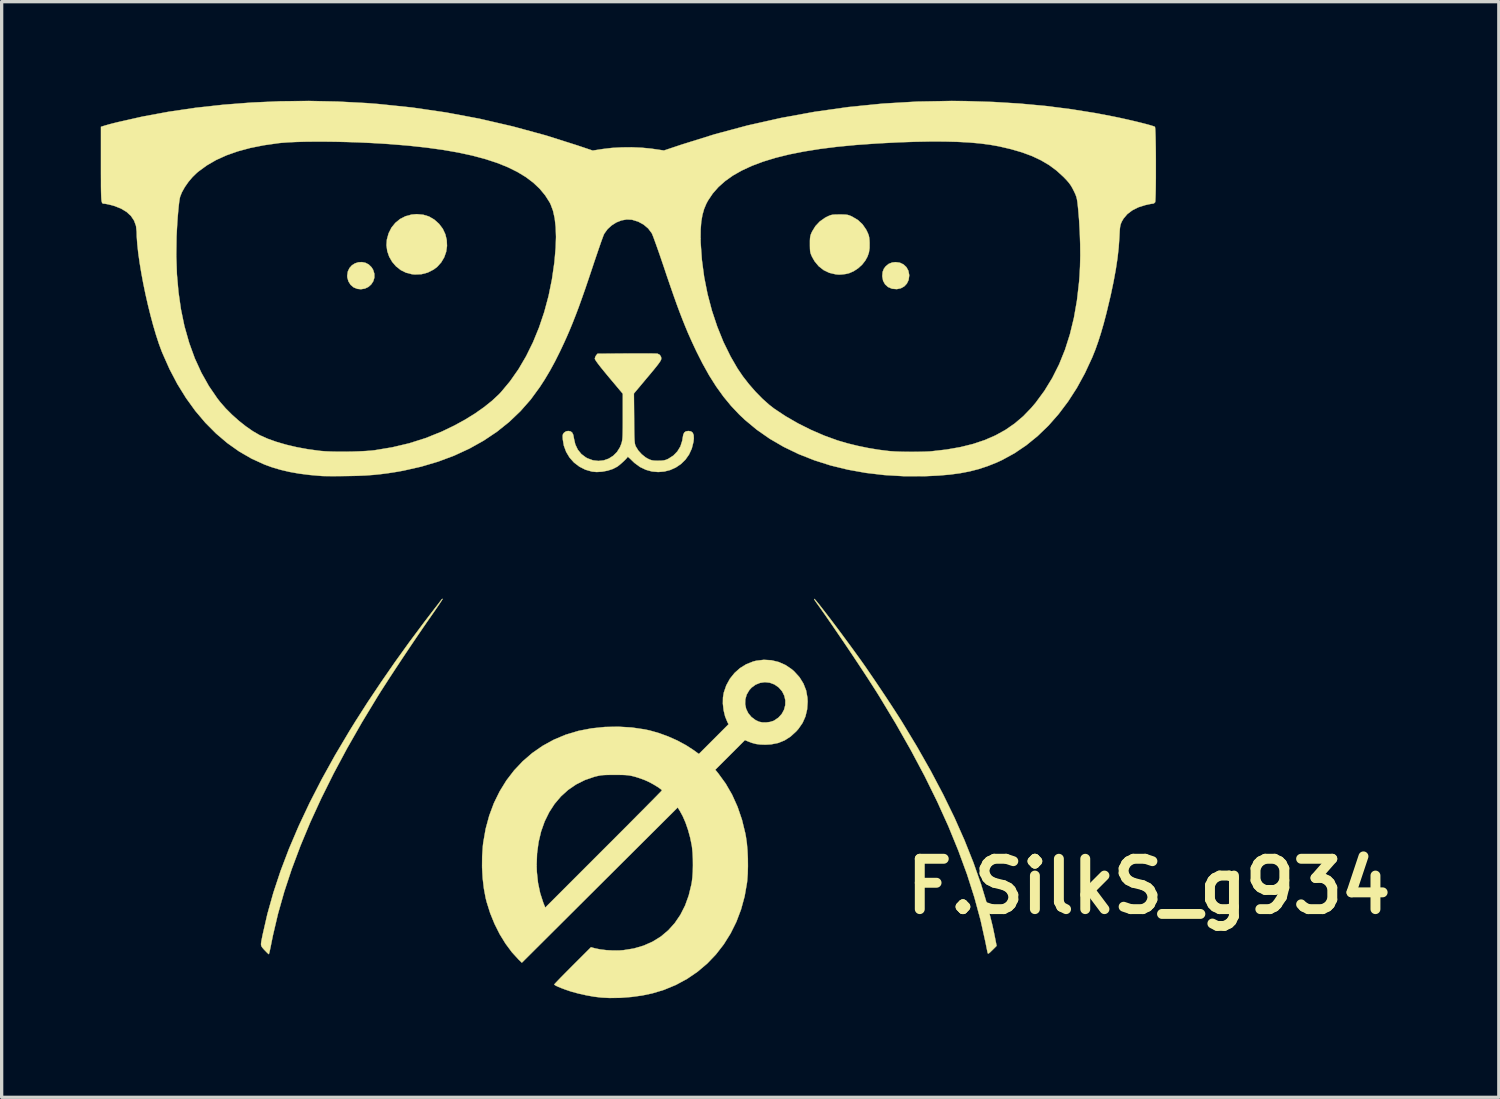
<source format=kicad_pcb>
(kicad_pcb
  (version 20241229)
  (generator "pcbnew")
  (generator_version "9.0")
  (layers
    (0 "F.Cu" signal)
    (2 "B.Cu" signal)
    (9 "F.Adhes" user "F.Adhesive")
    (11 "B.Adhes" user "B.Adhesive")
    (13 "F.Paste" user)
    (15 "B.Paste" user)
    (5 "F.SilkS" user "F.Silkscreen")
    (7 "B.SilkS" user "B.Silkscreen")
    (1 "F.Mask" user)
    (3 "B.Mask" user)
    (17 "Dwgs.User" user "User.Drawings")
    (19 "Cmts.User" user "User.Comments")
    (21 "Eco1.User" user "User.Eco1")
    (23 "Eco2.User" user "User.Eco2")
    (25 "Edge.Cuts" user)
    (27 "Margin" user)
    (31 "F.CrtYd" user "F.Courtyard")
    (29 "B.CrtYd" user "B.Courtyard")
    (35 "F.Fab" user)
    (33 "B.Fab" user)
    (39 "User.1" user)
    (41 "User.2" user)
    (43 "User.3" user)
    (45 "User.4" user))
  (footprint "F.SilkS_g934"
    (layer "F.Cu")
    (at 31.713 23.771)
    (property "Reference" "F.SilkS_g934" (at 0 0 0) (layer "F.SilkS") (effects (font (size 1.524 1.524) (thickness 0.3))))
    (attr through_hole)
    (fp_poly (pts (xy -23.705 -18.869) (xy -23.606 -18.818) (xy -23.521 -18.735) (xy -23.473 -18.658) (xy -23.435 -18.537) (xy -23.435 -18.419) (xy -23.468 -18.31) (xy -23.53 -18.215) (xy -23.615 -18.139) (xy -23.72 -18.089) (xy -23.841 -18.069) (xy -23.949 -18.08) (xy -24.062 -18.125) (xy -24.154 -18.203) (xy -24.219 -18.306) (xy -24.253 -18.426) (xy -24.256 -18.479) (xy -24.238 -18.604) (xy -24.189 -18.709) (xy -24.116 -18.791) (xy -24.024 -18.85) (xy -23.921 -18.884) (xy -23.812 -18.89) (xy -23.705 -18.869)) (stroke (width 0.01) (type solid)) (fill yes) (layer "F.SilkS"))
    (fp_poly (pts (xy -7.533 -18.872) (xy -7.423 -18.819) (xy -7.335 -18.737) (xy -7.276 -18.629) (xy -7.251 -18.501) (xy -7.251 -18.478) (xy -7.269 -18.349) (xy -7.321 -18.24) (xy -7.402 -18.154) (xy -7.505 -18.097) (xy -7.626 -18.072) (xy -7.758 -18.083) (xy -7.774 -18.086) (xy -7.892 -18.136) (xy -7.981 -18.217) (xy -8.04 -18.323) (xy -8.064 -18.452) (xy -8.065 -18.476) (xy -8.054 -18.594) (xy -8.018 -18.687) (xy -7.963 -18.761) (xy -7.87 -18.837) (xy -7.765 -18.878) (xy -7.662 -18.889) (xy -7.533 -18.872)) (stroke (width 0.01) (type solid)) (fill yes) (layer "F.SilkS"))
    (fp_poly (pts (xy -21.956 -20.323) (xy -21.78 -20.269) (xy -21.62 -20.175) (xy -21.477 -20.047) (xy -21.364 -19.897) (xy -21.287 -19.732) (xy -21.245 -19.557) (xy -21.237 -19.379) (xy -21.262 -19.203) (xy -21.321 -19.035) (xy -21.412 -18.881) (xy -21.534 -18.746) (xy -21.641 -18.665) (xy -21.819 -18.574) (xy -22.008 -18.524) (xy -22.208 -18.515) (xy -22.299 -18.524) (xy -22.476 -18.569) (xy -22.637 -18.649) (xy -22.778 -18.76) (xy -22.895 -18.896) (xy -22.985 -19.051) (xy -23.044 -19.221) (xy -23.068 -19.401) (xy -23.056 -19.572) (xy -23.003 -19.763) (xy -22.917 -19.933) (xy -22.8 -20.077) (xy -22.657 -20.194) (xy -22.492 -20.278) (xy -22.308 -20.328) (xy -22.151 -20.341) (xy -21.956 -20.323)) (stroke (width 0.01) (type solid)) (fill yes) (layer "F.SilkS"))
    (fp_poly (pts (xy -9.248 -20.33) (xy -9.17 -20.326) (xy -9.111 -20.318) (xy -9.059 -20.302) (xy -9.001 -20.278) (xy -8.975 -20.265) (xy -8.803 -20.163) (xy -8.664 -20.033) (xy -8.555 -19.876) (xy -8.536 -19.839) (xy -8.498 -19.758) (xy -8.474 -19.693) (xy -8.46 -19.626) (xy -8.452 -19.544) (xy -8.449 -19.472) (xy -8.45 -19.313) (xy -8.47 -19.18) (xy -8.512 -19.059) (xy -8.577 -18.939) (xy -8.674 -18.814) (xy -8.795 -18.704) (xy -8.93 -18.615) (xy -9.07 -18.554) (xy -9.168 -18.531) (xy -9.262 -18.519) (xy -9.328 -18.513) (xy -9.381 -18.512) (xy -9.435 -18.516) (xy -9.483 -18.522) (xy -9.67 -18.566) (xy -9.84 -18.648) (xy -9.988 -18.764) (xy -10.112 -18.913) (xy -10.189 -19.047) (xy -10.218 -19.111) (xy -10.237 -19.165) (xy -10.248 -19.22) (xy -10.253 -19.289) (xy -10.255 -19.383) (xy -10.255 -19.431) (xy -10.255 -19.539) (xy -10.251 -19.616) (xy -10.242 -19.675) (xy -10.227 -19.728) (xy -10.202 -19.787) (xy -10.187 -19.818) (xy -10.088 -19.979) (xy -9.956 -20.12) (xy -9.797 -20.232) (xy -9.747 -20.258) (xy -9.68 -20.29) (xy -9.627 -20.31) (xy -9.574 -20.323) (xy -9.509 -20.328) (xy -9.421 -20.33) (xy -9.356 -20.331) (xy -9.248 -20.33)) (stroke (width 0.01) (type solid)) (fill yes) (layer "F.SilkS"))
    (fp_poly (pts (xy -21.37 -8.698) (xy -21.379 -8.679) (xy -21.41 -8.63) (xy -21.459 -8.554) (xy -21.525 -8.457) (xy -21.603 -8.343) (xy -21.692 -8.215) (xy -21.731 -8.159) (xy -21.863 -7.97) (xy -22.009 -7.757) (xy -22.167 -7.526) (xy -22.331 -7.283) (xy -22.498 -7.034) (xy -22.664 -6.784) (xy -22.825 -6.54) (xy -22.977 -6.308) (xy -23.116 -6.093) (xy -23.239 -5.902) (xy -23.33 -5.757) (xy -23.814 -4.958) (xy -24.26 -4.177) (xy -24.669 -3.413) (xy -25.04 -2.667) (xy -25.375 -1.937) (xy -25.673 -1.223) (xy -25.935 -0.524) (xy -26.161 0.16) (xy -26.351 0.83) (xy -26.505 1.486) (xy -26.548 1.699) (xy -26.571 1.815) (xy -26.592 1.915) (xy -26.61 1.993) (xy -26.623 2.041) (xy -26.628 2.053) (xy -26.648 2.039) (xy -26.687 2.002) (xy -26.725 1.963) (xy -26.784 1.901) (xy -26.825 1.854) (xy -26.851 1.814) (xy -26.864 1.772) (xy -26.863 1.719) (xy -26.852 1.647) (xy -26.832 1.547) (xy -26.817 1.47) (xy -26.672 0.837) (xy -26.491 0.192) (xy -26.273 -0.466) (xy -26.018 -1.137) (xy -25.726 -1.822) (xy -25.397 -2.521) (xy -25.03 -3.236) (xy -24.625 -3.967) (xy -24.181 -4.714) (xy -24.01 -4.99) (xy -23.638 -5.572) (xy -23.237 -6.171) (xy -22.816 -6.78) (xy -22.378 -7.389) (xy -21.93 -7.99) (xy -21.687 -8.307) (xy -21.605 -8.414) (xy -21.53 -8.51) (xy -21.468 -8.591) (xy -21.423 -8.65) (xy -21.398 -8.683) (xy -21.395 -8.687) (xy -21.375 -8.701) (xy -21.37 -8.698)) (stroke (width 0.01) (type solid)) (fill yes) (layer "F.SilkS"))
    (fp_poly (pts (xy -10.103 -8.683) (xy -10.062 -8.635) (xy -10 -8.56) (xy -9.921 -8.46) (xy -9.827 -8.339) (xy -9.72 -8.2) (xy -9.603 -8.047) (xy -9.478 -7.881) (xy -9.348 -7.708) (xy -9.216 -7.529) (xy -9.083 -7.349) (xy -8.952 -7.17) (xy -8.826 -6.996) (xy -8.711 -6.837) (xy -8.586 -6.66) (xy -8.445 -6.454) (xy -8.291 -6.229) (xy -8.132 -5.993) (xy -7.972 -5.753) (xy -7.816 -5.517) (xy -7.671 -5.294) (xy -7.541 -5.092) (xy -7.467 -4.974) (xy -7.017 -4.23) (xy -6.602 -3.499) (xy -6.224 -2.783) (xy -5.882 -2.081) (xy -5.577 -1.394) (xy -5.309 -0.722) (xy -5.078 -0.068) (xy -4.885 0.57) (xy -4.73 1.191) (xy -4.676 1.445) (xy -4.606 1.801) (xy -4.735 1.93) (xy -4.798 1.991) (xy -4.838 2.025) (xy -4.861 2.035) (xy -4.873 2.025) (xy -4.875 2.019) (xy -4.883 1.984) (xy -4.897 1.917) (xy -4.916 1.826) (xy -4.937 1.72) (xy -4.942 1.693) (xy -5.091 1.023) (xy -5.277 0.337) (xy -5.501 -0.365) (xy -5.764 -1.082) (xy -6.064 -1.816) (xy -6.403 -2.565) (xy -6.78 -3.331) (xy -7.196 -4.113) (xy -7.65 -4.913) (xy -8.142 -5.729) (xy -8.219 -5.853) (xy -8.335 -6.035) (xy -8.469 -6.243) (xy -8.619 -6.473) (xy -8.781 -6.718) (xy -8.95 -6.973) (xy -9.124 -7.232) (xy -9.299 -7.49) (xy -9.47 -7.741) (xy -9.634 -7.98) (xy -9.787 -8.201) (xy -9.926 -8.399) (xy -10.047 -8.568) (xy -10.069 -8.599) (xy -10.105 -8.652) (xy -10.123 -8.688) (xy -10.122 -8.7) (xy -10.103 -8.683)) (stroke (width 0.01) (type solid)) (fill yes) (layer "F.SilkS"))
    (fp_poly (pts (xy -15.265 -16.126) (xy -15.124 -16.125) (xy -15.008 -16.124) (xy -14.924 -16.122) (xy -14.875 -16.12) (xy -14.866 -16.119) (xy -14.797 -16.083) (xy -14.759 -16.02) (xy -14.753 -15.972) (xy -14.756 -15.948) (xy -14.768 -15.918) (xy -14.791 -15.878) (xy -14.828 -15.825) (xy -14.881 -15.755) (xy -14.954 -15.664) (xy -15.049 -15.549) (xy -15.167 -15.408) (xy -15.581 -14.914) (xy -15.574 -14.162) (xy -15.573 -13.963) (xy -15.571 -13.801) (xy -15.569 -13.673) (xy -15.566 -13.573) (xy -15.562 -13.496) (xy -15.557 -13.439) (xy -15.551 -13.396) (xy -15.543 -13.362) (xy -15.533 -13.333) (xy -15.522 -13.309) (xy -15.449 -13.19) (xy -15.346 -13.076) (xy -15.228 -12.981) (xy -15.161 -12.942) (xy -15.095 -12.911) (xy -15.037 -12.893) (xy -14.972 -12.883) (xy -14.885 -12.88) (xy -14.848 -12.88) (xy -14.749 -12.882) (xy -14.677 -12.889) (xy -14.617 -12.905) (xy -14.554 -12.931) (xy -14.538 -12.939) (xy -14.387 -13.036) (xy -14.265 -13.162) (xy -14.174 -13.312) (xy -14.119 -13.483) (xy -14.106 -13.562) (xy -14.088 -13.665) (xy -14.058 -13.731) (xy -14.01 -13.767) (xy -13.94 -13.779) (xy -13.931 -13.78) (xy -13.853 -13.767) (xy -13.801 -13.726) (xy -13.773 -13.655) (xy -13.768 -13.553) (xy -13.779 -13.451) (xy -13.83 -13.247) (xy -13.913 -13.067) (xy -14.024 -12.91) (xy -14.159 -12.779) (xy -14.313 -12.675) (xy -14.482 -12.599) (xy -14.661 -12.553) (xy -14.846 -12.538) (xy -15.033 -12.554) (xy -15.218 -12.605) (xy -15.396 -12.69) (xy -15.563 -12.812) (xy -15.626 -12.872) (xy -15.687 -12.932) (xy -15.735 -12.976) (xy -15.764 -12.999) (xy -15.769 -13) (xy -15.784 -12.975) (xy -15.824 -12.93) (xy -15.881 -12.873) (xy -15.946 -12.813) (xy -16.012 -12.756) (xy -16.071 -12.71) (xy -16.087 -12.699) (xy -16.218 -12.631) (xy -16.374 -12.58) (xy -16.543 -12.548) (xy -16.709 -12.538) (xy -16.849 -12.551) (xy -17.051 -12.609) (xy -17.233 -12.702) (xy -17.394 -12.825) (xy -17.528 -12.975) (xy -17.631 -13.147) (xy -17.701 -13.337) (xy -17.732 -13.521) (xy -17.737 -13.603) (xy -17.735 -13.655) (xy -17.723 -13.69) (xy -17.7 -13.721) (xy -17.695 -13.727) (xy -17.634 -13.769) (xy -17.568 -13.78) (xy -17.499 -13.769) (xy -17.45 -13.732) (xy -17.417 -13.665) (xy -17.397 -13.562) (xy -17.396 -13.554) (xy -17.355 -13.374) (xy -17.28 -13.216) (xy -17.173 -13.083) (xy -17.035 -12.979) (xy -16.985 -12.952) (xy -16.821 -12.892) (xy -16.655 -12.873) (xy -16.494 -12.89) (xy -16.344 -12.943) (xy -16.208 -13.029) (xy -16.092 -13.145) (xy -16.002 -13.289) (xy -15.96 -13.395) (xy -15.948 -13.436) (xy -15.939 -13.477) (xy -15.931 -13.525) (xy -15.926 -13.585) (xy -15.922 -13.661) (xy -15.92 -13.759) (xy -15.918 -13.884) (xy -15.917 -14.042) (xy -15.917 -14.218) (xy -15.917 -14.906) (xy -16.341 -15.411) (xy -16.477 -15.576) (xy -16.587 -15.711) (xy -16.669 -15.817) (xy -16.725 -15.895) (xy -16.756 -15.946) (xy -16.764 -15.968) (xy -16.751 -16.021) (xy -16.724 -16.068) (xy -16.683 -16.118) (xy -15.798 -16.125) (xy -15.606 -16.126) (xy -15.427 -16.126) (xy -15.265 -16.126)) (stroke (width 0.01) (type solid)) (fill yes) (layer "F.SilkS"))
    (fp_poly (pts (xy -11.422 -6.842) (xy -11.202 -6.789) (xy -10.995 -6.698) (xy -10.804 -6.569) (xy -10.73 -6.504) (xy -10.57 -6.328) (xy -10.451 -6.136) (xy -10.37 -5.929) (xy -10.33 -5.707) (xy -10.324 -5.588) (xy -10.34 -5.353) (xy -10.391 -5.14) (xy -10.478 -4.945) (xy -10.602 -4.766) (xy -10.668 -4.691) (xy -10.84 -4.534) (xy -11.02 -4.418) (xy -11.215 -4.339) (xy -11.428 -4.297) (xy -11.599 -4.287) (xy -11.755 -4.292) (xy -11.887 -4.309) (xy -12.011 -4.342) (xy -12.127 -4.386) (xy -12.221 -4.426) (xy -12.67 -3.977) (xy -13.119 -3.529) (xy -13.026 -3.415) (xy -12.803 -3.108) (xy -12.609 -2.772) (xy -12.445 -2.408) (xy -12.312 -2.019) (xy -12.211 -1.607) (xy -12.19 -1.492) (xy -12.163 -1.302) (xy -12.144 -1.083) (xy -12.133 -0.847) (xy -12.131 -0.609) (xy -12.137 -0.381) (xy -12.152 -0.175) (xy -12.159 -0.111) (xy -12.231 0.303) (xy -12.339 0.698) (xy -12.481 1.073) (xy -12.656 1.426) (xy -12.862 1.755) (xy -13.098 2.059) (xy -13.362 2.335) (xy -13.654 2.582) (xy -13.97 2.798) (xy -14.31 2.982) (xy -14.673 3.132) (xy -15.022 3.237) (xy -15.33 3.302) (xy -15.659 3.347) (xy -15.993 3.373) (xy -16.318 3.377) (xy -16.569 3.364) (xy -16.787 3.338) (xy -17.023 3.296) (xy -17.26 3.243) (xy -17.477 3.184) (xy -17.529 3.167) (xy -17.66 3.122) (xy -17.777 3.078) (xy -17.874 3.038) (xy -17.945 3.005) (xy -17.985 2.979) (xy -17.992 2.97) (xy -17.977 2.951) (xy -17.936 2.907) (xy -17.871 2.839) (xy -17.787 2.751) (xy -17.685 2.648) (xy -17.57 2.532) (xy -17.445 2.406) (xy -17.436 2.397) (xy -16.88 1.842) (xy -16.764 1.874) (xy -16.6 1.908) (xy -16.409 1.931) (xy -16.207 1.941) (xy -16.008 1.939) (xy -15.9 1.931) (xy -15.582 1.88) (xy -15.286 1.793) (xy -15.013 1.672) (xy -14.764 1.517) (xy -14.541 1.329) (xy -14.344 1.11) (xy -14.175 0.861) (xy -14.033 0.582) (xy -13.922 0.275) (xy -13.841 -0.059) (xy -13.829 -0.127) (xy -13.811 -0.273) (xy -13.799 -0.448) (xy -13.795 -0.639) (xy -13.797 -0.834) (xy -13.806 -1.019) (xy -13.822 -1.181) (xy -13.83 -1.238) (xy -13.878 -1.473) (xy -13.942 -1.706) (xy -14.018 -1.927) (xy -14.104 -2.125) (xy -14.194 -2.289) (xy -14.256 -2.387) (xy -16.614 -0.039) (xy -18.972 2.31) (xy -19.066 2.219) (xy -19.273 1.993) (xy -19.466 1.733) (xy -19.643 1.445) (xy -19.799 1.134) (xy -19.931 0.809) (xy -20.036 0.475) (xy -20.066 0.357) (xy -20.12 0.069) (xy -20.157 -0.245) (xy -20.175 -0.572) (xy -20.175 -0.635) (xy -18.525 -0.635) (xy -18.518 -0.434) (xy -18.483 -0.107) (xy -18.417 0.207) (xy -18.322 0.499) (xy -18.298 0.559) (xy -18.263 0.642) (xy -16.498 -1.124) (xy -16.27 -1.351) (xy -16.052 -1.57) (xy -15.843 -1.779) (xy -15.647 -1.976) (xy -15.465 -2.16) (xy -15.298 -2.327) (xy -15.15 -2.477) (xy -15.021 -2.607) (xy -14.913 -2.717) (xy -14.829 -2.803) (xy -14.77 -2.863) (xy -14.738 -2.898) (xy -14.732 -2.904) (xy -14.749 -2.926) (xy -14.797 -2.963) (xy -14.866 -3.01) (xy -14.95 -3.062) (xy -15.041 -3.114) (xy -15.131 -3.161) (xy -15.162 -3.176) (xy -15.264 -3.221) (xy -15.386 -3.266) (xy -15.507 -3.305) (xy -15.547 -3.317) (xy -15.625 -3.337) (xy -15.694 -3.352) (xy -15.762 -3.362) (xy -15.837 -3.368) (xy -15.93 -3.372) (xy -16.05 -3.373) (xy -16.161 -3.373) (xy -16.306 -3.373) (xy -16.418 -3.371) (xy -16.505 -3.367) (xy -16.578 -3.36) (xy -16.645 -3.348) (xy -16.715 -3.332) (xy -16.775 -3.317) (xy -17.063 -3.218) (xy -17.329 -3.085) (xy -17.571 -2.919) (xy -17.789 -2.722) (xy -17.981 -2.496) (xy -18.145 -2.243) (xy -18.282 -1.965) (xy -18.389 -1.663) (xy -18.466 -1.339) (xy -18.512 -0.996) (xy -18.525 -0.635) (xy -20.175 -0.635) (xy -20.173 -0.902) (xy -20.152 -1.22) (xy -20.14 -1.323) (xy -20.067 -1.741) (xy -19.959 -2.14) (xy -19.818 -2.518) (xy -19.644 -2.873) (xy -19.44 -3.204) (xy -19.206 -3.509) (xy -18.944 -3.787) (xy -18.656 -4.035) (xy -18.343 -4.252) (xy -18.006 -4.437) (xy -17.647 -4.588) (xy -17.267 -4.702) (xy -17.251 -4.706) (xy -16.863 -4.781) (xy -16.459 -4.823) (xy -16.05 -4.831) (xy -15.644 -4.807) (xy -15.252 -4.749) (xy -15.107 -4.718) (xy -14.827 -4.639) (xy -14.543 -4.535) (xy -14.264 -4.411) (xy -14.005 -4.271) (xy -13.787 -4.13) (xy -13.615 -4.006) (xy -13.166 -4.455) (xy -12.717 -4.905) (xy -12.753 -4.975) (xy -12.821 -5.141) (xy -12.866 -5.328) (xy -12.887 -5.513) (xy -12.215 -5.513) (xy -12.185 -5.372) (xy -12.122 -5.241) (xy -12.027 -5.126) (xy -11.903 -5.033) (xy -11.796 -4.982) (xy -11.699 -4.962) (xy -11.582 -4.96) (xy -11.463 -4.975) (xy -11.36 -5.007) (xy -11.342 -5.015) (xy -11.209 -5.105) (xy -11.107 -5.217) (xy -11.038 -5.345) (xy -11.001 -5.484) (xy -10.998 -5.627) (xy -11.03 -5.768) (xy -11.096 -5.901) (xy -11.2 -6.02) (xy -11.201 -6.021) (xy -11.33 -6.111) (xy -11.471 -6.163) (xy -11.617 -6.179) (xy -11.762 -6.158) (xy -11.899 -6.103) (xy -12.022 -6.013) (xy -12.089 -5.938) (xy -12.169 -5.802) (xy -12.21 -5.658) (xy -12.215 -5.513) (xy -12.887 -5.513) (xy -12.889 -5.524) (xy -12.886 -5.713) (xy -12.861 -5.863) (xy -12.786 -6.082) (xy -12.676 -6.282) (xy -12.536 -6.457) (xy -12.369 -6.605) (xy -12.18 -6.722) (xy -11.972 -6.804) (xy -11.881 -6.827) (xy -11.65 -6.855) (xy -11.422 -6.842)) (stroke (width 0.01) (type solid)) (fill yes) (layer "F.SilkS"))
    (fp_poly (pts (xy -5.546 -23.762) (xy -4.711 -23.736) (xy -3.906 -23.687) (xy -3.124 -23.615) (xy -2.361 -23.518) (xy -1.609 -23.398) (xy -1.048 -23.29) (xy -0.879 -23.255) (xy -0.707 -23.217) (xy -0.535 -23.178) (xy -0.37 -23.139) (xy -0.217 -23.101) (xy -0.08 -23.066) (xy 0.033 -23.035) (xy 0.119 -23.009) (xy 0.172 -22.99) (xy 0.185 -22.983) (xy 0.19 -22.958) (xy 0.196 -22.895) (xy 0.2 -22.799) (xy 0.204 -22.676) (xy 0.207 -22.529) (xy 0.21 -22.364) (xy 0.212 -22.185) (xy 0.213 -21.998) (xy 0.213 -21.807) (xy 0.213 -21.616) (xy 0.213 -21.432) (xy 0.211 -21.257) (xy 0.209 -21.098) (xy 0.206 -20.959) (xy 0.202 -20.845) (xy 0.198 -20.76) (xy 0.193 -20.71) (xy 0.19 -20.7) (xy 0.153 -20.666) (xy 0.121 -20.659) (xy 0.079 -20.654) (xy 0.009 -20.641) (xy -0.075 -20.622) (xy -0.1 -20.617) (xy -0.316 -20.549) (xy -0.499 -20.457) (xy -0.65 -20.343) (xy -0.765 -20.207) (xy -0.814 -20.123) (xy -0.836 -20.075) (xy -0.853 -20.03) (xy -0.865 -19.98) (xy -0.874 -19.917) (xy -0.881 -19.833) (xy -0.887 -19.719) (xy -0.891 -19.636) (xy -0.912 -19.332) (xy -0.948 -19.009) (xy -1 -18.665) (xy -1.068 -18.295) (xy -1.152 -17.895) (xy -1.255 -17.462) (xy -1.283 -17.346) (xy -1.367 -17.026) (xy -1.45 -16.74) (xy -1.533 -16.48) (xy -1.619 -16.238) (xy -1.712 -16.007) (xy -1.719 -15.991) (xy -1.936 -15.524) (xy -2.177 -15.084) (xy -2.442 -14.673) (xy -2.729 -14.292) (xy -3.036 -13.943) (xy -3.363 -13.628) (xy -3.707 -13.348) (xy -4.067 -13.105) (xy -4.442 -12.9) (xy -4.614 -12.821) (xy -4.876 -12.717) (xy -5.142 -12.629) (xy -5.417 -12.558) (xy -5.708 -12.502) (xy -6.02 -12.46) (xy -6.359 -12.431) (xy -6.733 -12.413) (xy -6.826 -12.411) (xy -7.422 -12.412) (xy -8.001 -12.446) (xy -8.562 -12.512) (xy -9.104 -12.609) (xy -9.626 -12.736) (xy -10.124 -12.894) (xy -10.599 -13.082) (xy -11.048 -13.299) (xy -11.47 -13.544) (xy -11.863 -13.818) (xy -12.225 -14.119) (xy -12.392 -14.277) (xy -12.64 -14.539) (xy -12.872 -14.821) (xy -13.092 -15.127) (xy -13.304 -15.462) (xy -13.509 -15.83) (xy -13.686 -16.181) (xy -13.778 -16.376) (xy -13.865 -16.566) (xy -13.949 -16.756) (xy -14.03 -16.951) (xy -14.112 -17.155) (xy -14.196 -17.373) (xy -14.284 -17.61) (xy -14.377 -17.871) (xy -14.477 -18.159) (xy -14.587 -18.479) (xy -14.671 -18.731) (xy -14.737 -18.925) (xy -14.8 -19.11) (xy -14.86 -19.281) (xy -14.914 -19.433) (xy -14.961 -19.562) (xy -14.98 -19.615) (xy -13.564 -19.615) (xy -13.561 -19.473) (xy -13.524 -18.955) (xy -13.455 -18.437) (xy -13.353 -17.924) (xy -13.221 -17.423) (xy -13.059 -16.937) (xy -12.871 -16.471) (xy -12.655 -16.032) (xy -12.445 -15.669) (xy -12.283 -15.431) (xy -12.099 -15.195) (xy -11.9 -14.967) (xy -11.694 -14.757) (xy -11.488 -14.573) (xy -11.333 -14.453) (xy -10.989 -14.225) (xy -10.614 -14.009) (xy -10.22 -13.812) (xy -9.818 -13.638) (xy -9.418 -13.493) (xy -9.387 -13.484) (xy -9.11 -13.403) (xy -8.806 -13.329) (xy -8.491 -13.264) (xy -8.179 -13.212) (xy -7.885 -13.175) (xy -7.811 -13.168) (xy -7.677 -13.159) (xy -7.514 -13.153) (xy -7.333 -13.149) (xy -7.145 -13.148) (xy -6.96 -13.15) (xy -6.789 -13.154) (xy -6.643 -13.16) (xy -6.572 -13.166) (xy -6.121 -13.218) (xy -5.704 -13.291) (xy -5.32 -13.386) (xy -4.967 -13.504) (xy -4.64 -13.646) (xy -4.338 -13.813) (xy -4.059 -14.006) (xy -3.799 -14.227) (xy -3.557 -14.478) (xy -3.426 -14.632) (xy -3.159 -14.995) (xy -2.922 -15.383) (xy -2.714 -15.797) (xy -2.536 -16.238) (xy -2.387 -16.707) (xy -2.266 -17.205) (xy -2.174 -17.732) (xy -2.11 -18.291) (xy -2.096 -18.468) (xy -2.081 -18.763) (xy -2.074 -19.089) (xy -2.077 -19.435) (xy -2.089 -19.788) (xy -2.108 -20.139) (xy -2.136 -20.477) (xy -2.148 -20.593) (xy -2.161 -20.708) (xy -2.175 -20.794) (xy -2.193 -20.865) (xy -2.218 -20.934) (xy -2.255 -21.014) (xy -2.277 -21.059) (xy -2.324 -21.149) (xy -2.37 -21.224) (xy -2.422 -21.294) (xy -2.488 -21.37) (xy -2.577 -21.463) (xy -2.591 -21.476) (xy -2.794 -21.661) (xy -3.017 -21.826) (xy -3.263 -21.971) (xy -3.534 -22.099) (xy -3.837 -22.211) (xy -4.173 -22.309) (xy -4.538 -22.394) (xy -4.809 -22.442) (xy -5.107 -22.481) (xy -5.435 -22.51) (xy -5.794 -22.529) (xy -6.187 -22.539) (xy -6.613 -22.54) (xy -7.075 -22.531) (xy -7.576 -22.514) (xy -8.115 -22.486) (xy -8.255 -22.478) (xy -8.86 -22.435) (xy -9.424 -22.381) (xy -9.949 -22.315) (xy -10.435 -22.237) (xy -10.884 -22.148) (xy -11.295 -22.046) (xy -11.67 -21.931) (xy -12.009 -21.804) (xy -12.314 -21.663) (xy -12.584 -21.51) (xy -12.82 -21.342) (xy -13.024 -21.161) (xy -13.196 -20.965) (xy -13.337 -20.755) (xy -13.389 -20.659) (xy -13.457 -20.498) (xy -13.508 -20.317) (xy -13.543 -20.113) (xy -13.561 -19.88) (xy -13.564 -19.615) (xy -14.98 -19.615) (xy -14.999 -19.664) (xy -15.027 -19.734) (xy -15.041 -19.765) (xy -15.149 -19.908) (xy -15.287 -20.025) (xy -15.45 -20.114) (xy -15.632 -20.17) (xy -15.647 -20.173) (xy -15.8 -20.18) (xy -15.958 -20.152) (xy -16.112 -20.091) (xy -16.254 -20.001) (xy -16.378 -19.888) (xy -16.475 -19.754) (xy -16.489 -19.727) (xy -16.505 -19.688) (xy -16.533 -19.613) (xy -16.571 -19.508) (xy -16.617 -19.376) (xy -16.67 -19.222) (xy -16.728 -19.052) (xy -16.79 -18.869) (xy -16.827 -18.756) (xy -16.947 -18.398) (xy -17.056 -18.077) (xy -17.158 -17.787) (xy -17.253 -17.522) (xy -17.345 -17.28) (xy -17.434 -17.053) (xy -17.522 -16.839) (xy -17.612 -16.631) (xy -17.705 -16.426) (xy -17.803 -16.217) (xy -17.82 -16.182) (xy -17.97 -15.882) (xy -18.12 -15.607) (xy -18.277 -15.343) (xy -18.426 -15.113) (xy -18.703 -14.733) (xy -19.013 -14.381) (xy -19.354 -14.055) (xy -19.726 -13.757) (xy -20.128 -13.488) (xy -20.559 -13.247) (xy -21.018 -13.035) (xy -21.505 -12.853) (xy -22.018 -12.701) (xy -22.558 -12.579) (xy -22.765 -12.542) (xy -23.008 -12.504) (xy -23.237 -12.474) (xy -23.461 -12.451) (xy -23.693 -12.434) (xy -23.942 -12.423) (xy -24.22 -12.417) (xy -24.299 -12.416) (xy -24.462 -12.414) (xy -24.616 -12.413) (xy -24.755 -12.413) (xy -24.873 -12.414) (xy -24.962 -12.415) (xy -25.017 -12.417) (xy -25.019 -12.417) (xy -25.38 -12.448) (xy -25.706 -12.489) (xy -26.004 -12.542) (xy -26.28 -12.607) (xy -26.541 -12.685) (xy -26.762 -12.766) (xy -27.152 -12.944) (xy -27.526 -13.16) (xy -27.885 -13.414) (xy -28.226 -13.704) (xy -28.549 -14.029) (xy -28.853 -14.388) (xy -29.135 -14.779) (xy -29.396 -15.2) (xy -29.633 -15.652) (xy -29.846 -16.132) (xy -29.869 -16.188) (xy -29.955 -16.42) (xy -30.041 -16.684) (xy -30.126 -16.971) (xy -30.208 -17.277) (xy -30.287 -17.596) (xy -30.361 -17.921) (xy -30.428 -18.246) (xy -30.487 -18.565) (xy -30.538 -18.873) (xy -30.567 -19.081) (xy -29.429 -19.081) (xy -29.41 -18.521) (xy -29.362 -17.98) (xy -29.288 -17.463) (xy -29.187 -16.974) (xy -29.179 -16.94) (xy -29.038 -16.444) (xy -28.869 -15.979) (xy -28.67 -15.544) (xy -28.443 -15.14) (xy -28.187 -14.766) (xy -28.102 -14.657) (xy -27.934 -14.464) (xy -27.743 -14.273) (xy -27.538 -14.09) (xy -27.325 -13.921) (xy -27.115 -13.775) (xy -26.915 -13.659) (xy -26.896 -13.649) (xy -26.663 -13.545) (xy -26.394 -13.449) (xy -26.097 -13.363) (xy -25.777 -13.288) (xy -25.442 -13.227) (xy -25.097 -13.18) (xy -25.051 -13.175) (xy -24.907 -13.164) (xy -24.731 -13.157) (xy -24.532 -13.153) (xy -24.32 -13.153) (xy -24.104 -13.156) (xy -23.895 -13.163) (xy -23.702 -13.173) (xy -23.534 -13.185) (xy -23.433 -13.196) (xy -22.896 -13.285) (xy -22.38 -13.407) (xy -21.882 -13.565) (xy -21.397 -13.76) (xy -21.021 -13.941) (xy -20.697 -14.118) (xy -20.394 -14.305) (xy -20.118 -14.499) (xy -19.872 -14.696) (xy -19.661 -14.893) (xy -19.602 -14.956) (xy -19.328 -15.285) (xy -19.074 -15.648) (xy -18.843 -16.042) (xy -18.635 -16.464) (xy -18.452 -16.911) (xy -18.294 -17.38) (xy -18.163 -17.867) (xy -18.061 -18.369) (xy -17.987 -18.883) (xy -17.949 -19.319) (xy -17.938 -19.652) (xy -17.948 -19.951) (xy -17.978 -20.216) (xy -18.029 -20.445) (xy -18.101 -20.638) (xy -18.131 -20.698) (xy -18.266 -20.91) (xy -18.43 -21.108) (xy -18.624 -21.292) (xy -18.849 -21.462) (xy -19.106 -21.618) (xy -19.395 -21.761) (xy -19.718 -21.891) (xy -20.075 -22.008) (xy -20.467 -22.113) (xy -20.896 -22.206) (xy -21.362 -22.287) (xy -21.865 -22.356) (xy -22.408 -22.415) (xy -22.99 -22.462) (xy -23.23 -22.478) (xy -23.574 -22.497) (xy -23.921 -22.513) (xy -24.267 -22.524) (xy -24.607 -22.532) (xy -24.935 -22.536) (xy -25.248 -22.536) (xy -25.541 -22.533) (xy -25.808 -22.525) (xy -26.045 -22.514) (xy -26.246 -22.499) (xy -26.331 -22.49) (xy -26.78 -22.426) (xy -27.191 -22.344) (xy -27.568 -22.242) (xy -27.911 -22.121) (xy -28.222 -21.98) (xy -28.502 -21.818) (xy -28.754 -21.634) (xy -28.805 -21.592) (xy -28.937 -21.464) (xy -29.062 -21.316) (xy -29.172 -21.158) (xy -29.259 -21.002) (xy -29.312 -20.87) (xy -29.326 -20.808) (xy -29.341 -20.71) (xy -29.356 -20.58) (xy -29.371 -20.427) (xy -29.386 -20.254) (xy -29.399 -20.068) (xy -29.41 -19.876) (xy -29.42 -19.682) (xy -29.421 -19.655) (xy -29.429 -19.081) (xy -30.567 -19.081) (xy -30.579 -19.163) (xy -30.608 -19.43) (xy -30.625 -19.666) (xy -30.628 -19.806) (xy -30.647 -19.984) (xy -30.705 -20.144) (xy -30.799 -20.285) (xy -30.93 -20.407) (xy -31.097 -20.508) (xy -31.298 -20.588) (xy -31.399 -20.616) (xy -31.483 -20.636) (xy -31.557 -20.651) (xy -31.605 -20.658) (xy -31.612 -20.659) (xy -31.632 -20.659) (xy -31.65 -20.662) (xy -31.664 -20.672) (xy -31.676 -20.69) (xy -31.685 -20.722) (xy -31.693 -20.769) (xy -31.698 -20.836) (xy -31.702 -20.925) (xy -31.705 -21.039) (xy -31.707 -21.183) (xy -31.707 -21.359) (xy -31.708 -21.57) (xy -31.708 -21.82) (xy -31.708 -22.984) (xy -31.607 -23.016) (xy -31.549 -23.033) (xy -31.461 -23.058) (xy -31.354 -23.086) (xy -31.238 -23.115) (xy -31.21 -23.122) (xy -30.448 -23.294) (xy -29.656 -23.44) (xy -28.84 -23.56) (xy -28.003 -23.652) (xy -27.151 -23.718) (xy -26.288 -23.756) (xy -25.418 -23.766) (xy -24.546 -23.748) (xy -23.676 -23.702) (xy -23.315 -23.674) (xy -22.286 -23.567) (xy -21.265 -23.418) (xy -20.251 -23.228) (xy -19.244 -22.995) (xy -18.242 -22.722) (xy -17.299 -22.423) (xy -16.828 -22.265) (xy -16.515 -22.313) (xy -16.245 -22.345) (xy -15.95 -22.361) (xy -15.645 -22.364) (xy -15.344 -22.351) (xy -15.063 -22.324) (xy -14.993 -22.314) (xy -14.672 -22.267) (xy -14.136 -22.446) (xy -13.143 -22.756) (xy -12.141 -23.025) (xy -11.129 -23.252) (xy -10.11 -23.438) (xy -9.083 -23.583) (xy -8.05 -23.686) (xy -7.012 -23.747) (xy -5.97 -23.766) (xy -5.546 -23.762)) (stroke (width 0.01) (type solid)) (fill yes) (layer "F.SilkS")))
  (gr_rect
    (start -3 -3)
    (end 42.304 30.154)
    (stroke (width 0.1) (type default))
    (fill no)
    (layer "Edge.Cuts")))
</source>
